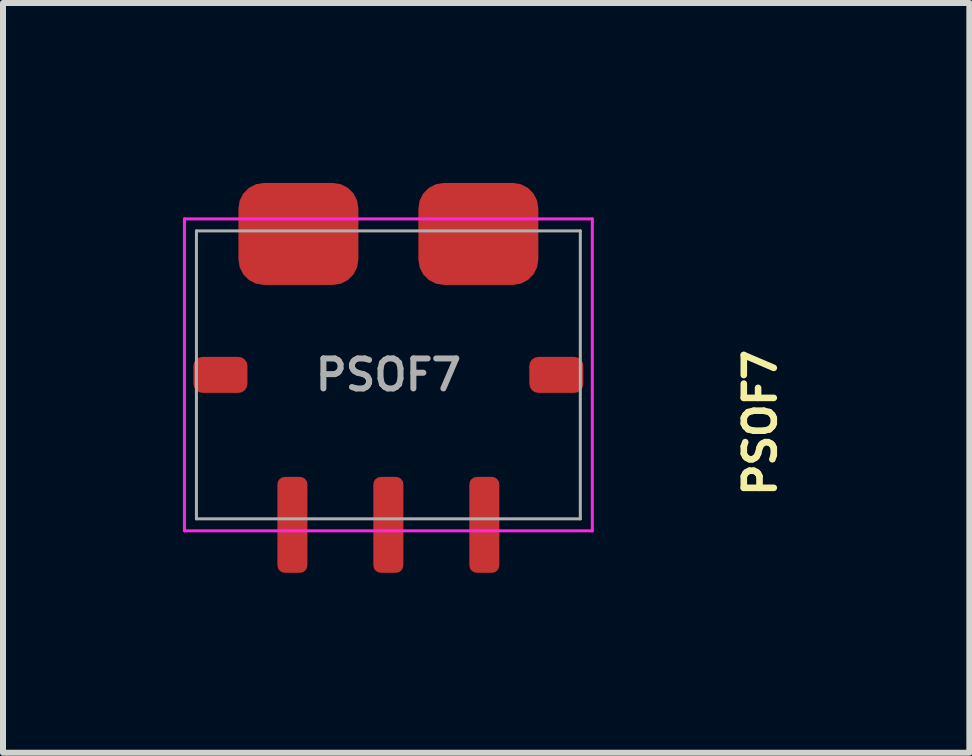
<source format=kicad_pcb>
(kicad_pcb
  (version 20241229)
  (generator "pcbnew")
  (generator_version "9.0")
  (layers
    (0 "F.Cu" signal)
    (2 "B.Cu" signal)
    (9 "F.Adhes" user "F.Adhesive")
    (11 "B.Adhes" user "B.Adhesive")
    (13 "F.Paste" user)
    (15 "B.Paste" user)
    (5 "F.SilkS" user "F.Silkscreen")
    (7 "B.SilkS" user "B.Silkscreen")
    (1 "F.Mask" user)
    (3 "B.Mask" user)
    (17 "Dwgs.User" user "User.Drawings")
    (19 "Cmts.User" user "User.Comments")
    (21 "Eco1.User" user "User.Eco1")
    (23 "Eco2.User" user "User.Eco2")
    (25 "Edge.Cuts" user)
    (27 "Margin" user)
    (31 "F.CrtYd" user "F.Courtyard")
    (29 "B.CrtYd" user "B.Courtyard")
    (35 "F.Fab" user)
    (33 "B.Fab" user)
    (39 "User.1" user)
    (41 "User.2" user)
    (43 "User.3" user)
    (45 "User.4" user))
  (footprint "PSOF7"
    (layer "F.Cu")
    (at 3.425 3.2)
    (property "Reference" "PSOF7" (at 6.2 0.8 90) (layer "F.SilkS") (effects (font (size 0.5 0.5) (thickness 0.11))))
    (attr exclude_from_pos_files exclude_from_bom)
    (fp_line (start -3.4 -2.6) (end 3.4 -2.6) (stroke (width 0.05) (type solid)) (layer "F.CrtYd"))
    (fp_line (start -3.4 2.6) (end -3.4 -2.6) (stroke (width 0.05) (type solid)) (layer "F.CrtYd"))
    (fp_line (start 3.4 -2.6) (end 3.4 2.6) (stroke (width 0.05) (type solid)) (layer "F.CrtYd"))
    (fp_line (start 3.4 2.6) (end -3.4 2.6) (stroke (width 0.05) (type solid)) (layer "F.CrtYd"))
    (fp_line (start -3.2 -2.4) (end 3.2 -2.4) (stroke (width 0.05) (type solid)) (layer "F.Fab"))
    (fp_line (start -3.2 2.4) (end -3.2 -2.4) (stroke (width 0.05) (type solid)) (layer "F.Fab"))
    (fp_line (start 3.2 -2.4) (end 3.2 2.4) (stroke (width 0.05) (type solid)) (layer "F.Fab"))
    (fp_line (start 3.2 2.4) (end -3.2 2.4) (stroke (width 0.05) (type solid)) (layer "F.Fab"))
    (fp_text user "${REFERENCE}" (at 0 0 180) (layer "F.Fab") (effects (font (size 0.5 0.5) (thickness 0.1))))
    (pad "1" smd roundrect (at -1.6 2.5) (size 0.5 1.6) (layers "F.Cu" "F.Mask" "F.Paste") (roundrect_rratio 0.25))
    (pad "2" smd roundrect (at 0 2.5) (size 0.5 1.6) (layers "F.Cu" "F.Mask" "F.Paste") (roundrect_rratio 0.25))
    (pad "3" smd roundrect (at 1.6 2.5) (size 0.5 1.6) (layers "F.Cu" "F.Mask" "F.Paste") (roundrect_rratio 0.25))
    (pad "4" smd roundrect (at 2.8 0) (size 0.9 0.6) (layers "F.Cu" "F.Mask" "F.Paste") (roundrect_rratio 0.25))
    (pad "5" smd roundrect (at 1.5 -2.35) (size 2 1.7) (layers "F.Cu" "F.Mask" "F.Paste") (roundrect_rratio 0.25))
    (pad "6" smd roundrect (at -1.5 -2.35) (size 2 1.7) (layers "F.Cu" "F.Mask" "F.Paste") (roundrect_rratio 0.25))
    (pad "7" smd roundrect (at -2.8 0) (size 0.9 0.6) (layers "F.Cu" "F.Mask" "F.Paste") (roundrect_rratio 0.25)))
  (gr_rect
    (start -3 -3)
    (end 13.111 9.5)
    (stroke (width 0.1) (type default))
    (fill no)
    (layer "Edge.Cuts")))
</source>
